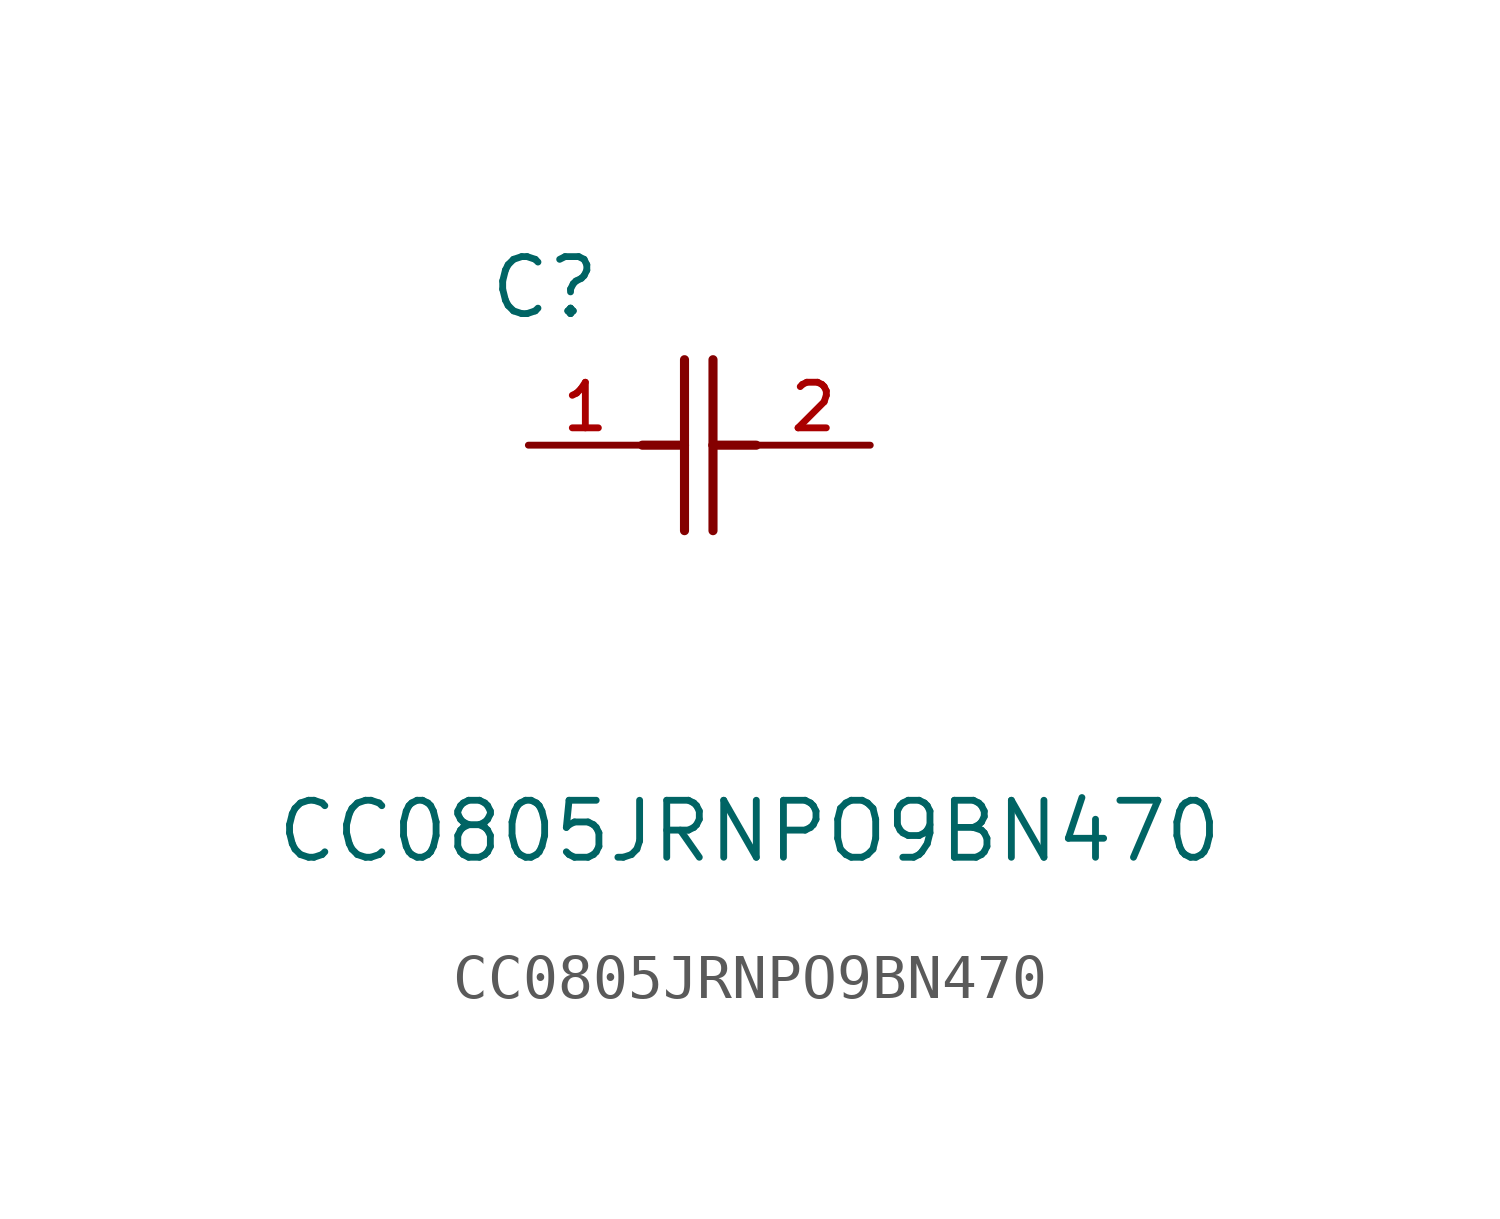
<source format=kicad_sym>
(kicad_symbol_lib
  (version 20211014)
  (generator kicad_symbol_editor)
  (symbol "CC0805JRNPO9BN470"
    (pin_names
      (offset 1.016))
    (property "Reference" "C"
      (at -0.914 2.769 0.0)
      (effects (font (size 1.27 1.27)) (justify bottom left)))
    (property "Value" "CC0805JRNPO9BN470"
      (at -5.664 -9.347 0.0)
      (effects (font (size 1.27 1.27)) (justify bottom left)))
    (symbol "CC0805JRNPO9BN470_0_0"
      (polyline (pts (xy 3.48 -1.905) (xy 3.48 0.0)) (stroke (width 0.203)))
      (polyline (pts (xy 3.48 0.0) (xy 3.48 1.905)) (stroke (width 0.203)))
      (polyline (pts (xy 4.115 -1.905) (xy 4.115 0.0)) (stroke (width 0.203)))
      (polyline (pts (xy 4.115 0.0) (xy 4.115 1.905)) (stroke (width 0.203)))
      (polyline (pts (xy 4.115 0.0) (xy 5.08 0.0)) (stroke (width 0.203)))
      (polyline (pts (xy 2.54 0.0) (xy 3.48 0.0)) (stroke (width 0.203)))
      (pin passive line (at 7.62 0.0 180.0) (length 2.54) (name "~" (effects (font (size 1.016 1.016)))) (number "2" (effects (font (size 1.016 1.016)))))
      (pin passive line (at 0.0 0.0 0) (length 2.54) (name "~" (effects (font (size 1.016 1.016)))) (number "1" (effects (font (size 1.016 1.016))))))))
</source>
